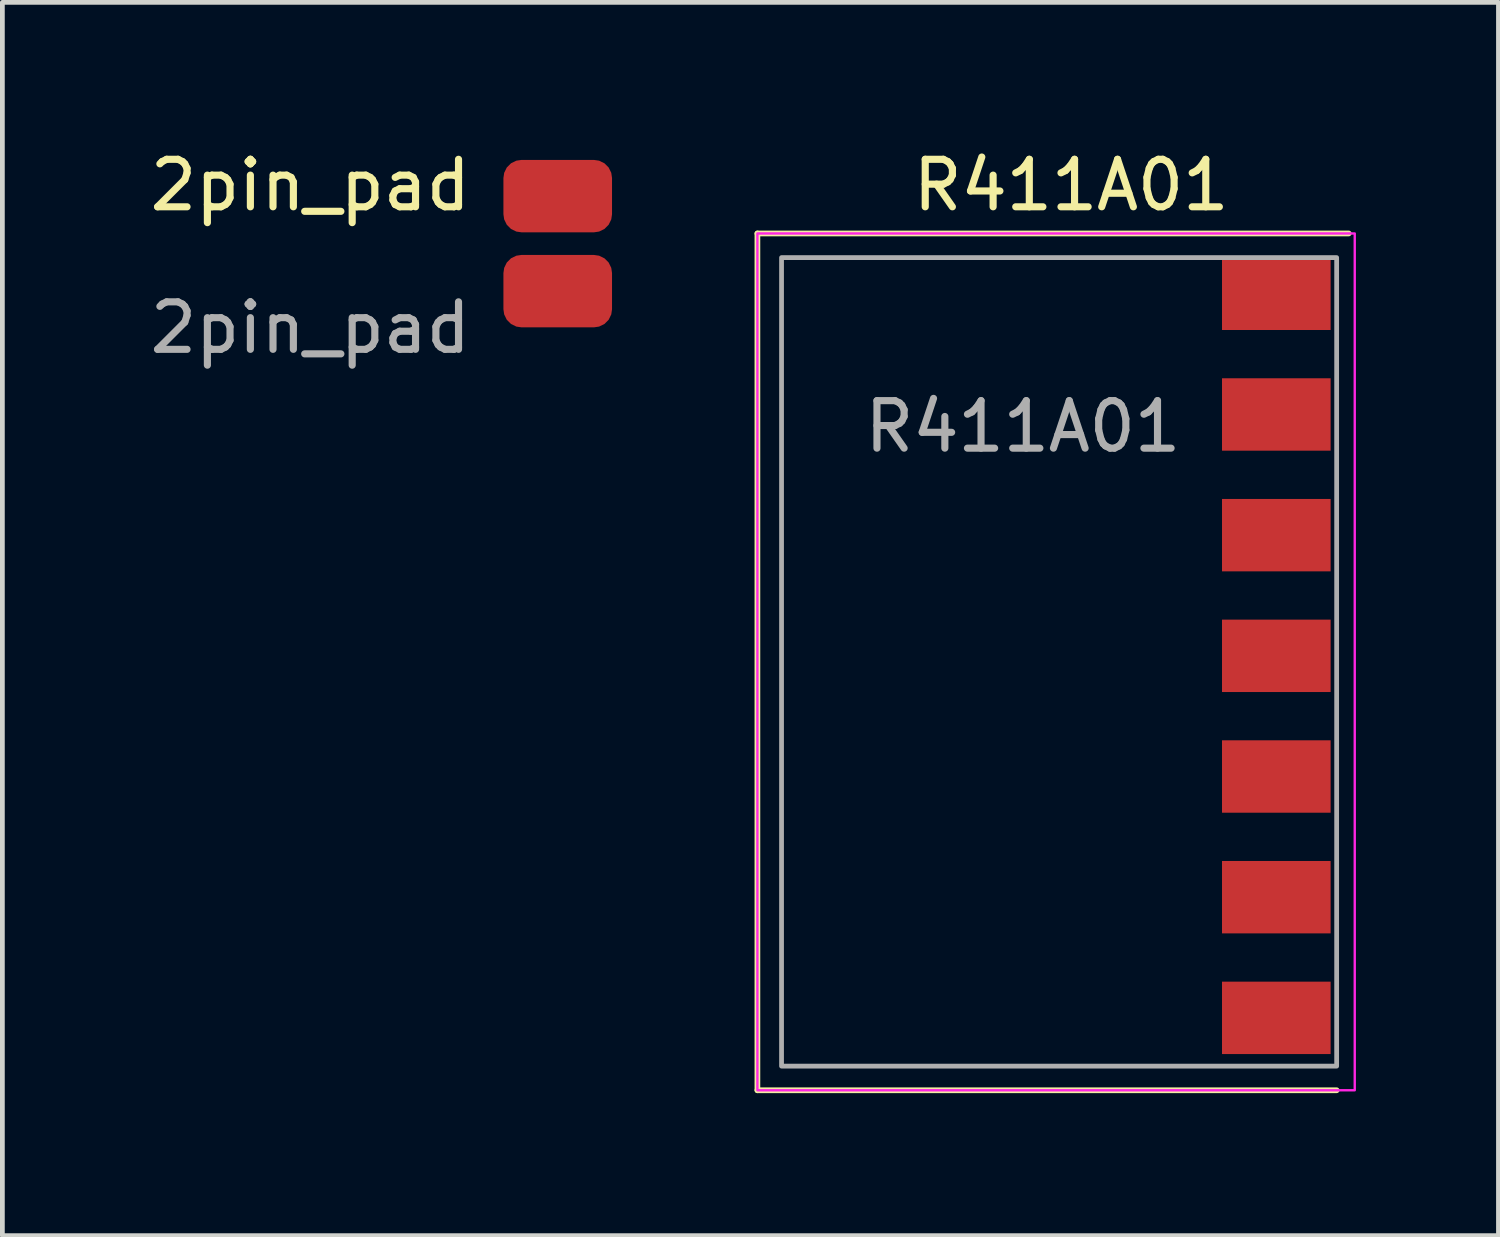
<source format=kicad_pcb>
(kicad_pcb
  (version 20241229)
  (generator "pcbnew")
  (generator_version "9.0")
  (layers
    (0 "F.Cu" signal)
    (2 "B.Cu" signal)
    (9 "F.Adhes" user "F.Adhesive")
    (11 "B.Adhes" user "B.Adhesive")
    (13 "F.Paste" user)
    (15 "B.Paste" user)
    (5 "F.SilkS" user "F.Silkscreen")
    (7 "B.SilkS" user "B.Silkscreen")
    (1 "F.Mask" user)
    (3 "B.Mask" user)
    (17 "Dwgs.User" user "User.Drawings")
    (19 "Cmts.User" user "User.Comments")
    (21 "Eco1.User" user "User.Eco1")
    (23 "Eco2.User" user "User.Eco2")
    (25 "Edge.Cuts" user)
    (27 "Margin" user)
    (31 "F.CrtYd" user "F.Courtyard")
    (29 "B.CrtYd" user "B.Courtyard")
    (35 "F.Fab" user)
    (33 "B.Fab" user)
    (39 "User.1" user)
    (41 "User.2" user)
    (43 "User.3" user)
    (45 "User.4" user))
  (footprint "R411A01"
    (layer "F.Cu")
    (at 13.4 2.372)
    (property "Reference" "R411A01" (at 6.096 -1.524 0) (unlocked yes) (layer "F.SilkS") (effects (font (size 1 1) (thickness 0.15))))
    (attr smd)
    (fp_line (start -0.508 -0.508) (end -0.508 17.526) (stroke (width 0.12) (type solid)) (layer "F.SilkS"))
    (fp_line (start -0.508 17.526) (end 11.684 17.526) (stroke (width 0.12) (type solid)) (layer "F.SilkS"))
    (fp_line (start 11.938 -0.508) (end -0.508 -0.508) (stroke (width 0.12) (type solid)) (layer "F.SilkS"))
    (fp_rect (start -0.508 -0.508) (end 12.065 17.526) (stroke (width 0.05) (type solid)) (fill no) (layer "F.CrtYd"))
    (fp_rect (start 11.684 0) (end 0 17.018) (stroke (width 0.1) (type solid)) (fill no) (layer "F.Fab"))
    (fp_text user "${REFERENCE}" (at 5.08 3.556 0) (unlocked yes) (layer "F.Fab") (effects (font (size 1 1) (thickness 0.15))))
    (pad "1" smd rect (at 10.414 0.762) (size 2.286 1.524) (layers "F.Cu" "F.Mask" "F.Paste"))
    (pad "2" smd rect (at 10.414 3.302) (size 2.286 1.524) (layers "F.Cu" "F.Mask" "F.Paste"))
    (pad "3" smd rect (at 10.414 5.842) (size 2.286 1.524) (layers "F.Cu" "F.Mask" "F.Paste"))
    (pad "4" smd rect (at 10.414 8.382) (size 2.286 1.524) (layers "F.Cu" "F.Mask" "F.Paste"))
    (pad "5" smd rect (at 10.414 10.922) (size 2.286 1.524) (layers "F.Cu" "F.Mask" "F.Paste"))
    (pad "6" smd rect (at 10.414 13.462) (size 2.286 1.524) (layers "F.Cu" "F.Mask" "F.Paste"))
    (pad "7" smd rect (at 10.414 16.002) (size 2.286 1.524) (layers "F.Cu" "F.Mask" "F.Paste")))
  (footprint "2pin_pad"
    (layer "F.Cu")
    (at 8.689 1.078)
    (property "Reference" "2pin_pad" (at -5.207 -0.23 0) (unlocked yes) (layer "F.SilkS") (effects (font (size 1 1) (thickness 0.15))))
    (attr smd)
    (fp_text user "${REFERENCE}" (at -5.207 2.77 0) (unlocked yes) (layer "F.Fab") (effects (font (size 1 1) (thickness 0.15))))
    (pad "1" smd roundrect (at 0 0) (size 2.286 1.524) (layers "F.Cu" "F.Mask" "F.Paste") (roundrect_rratio 0.25))
    (pad "2" smd roundrect (at 0 2) (size 2.286 1.524) (layers "F.Cu" "F.Mask" "F.Paste") (roundrect_rratio 0.25)))
  (gr_rect
    (start -3 -3)
    (end 28.49 22.958)
    (stroke (width 0.1) (type default))
    (fill no)
    (layer "Edge.Cuts")))
</source>
